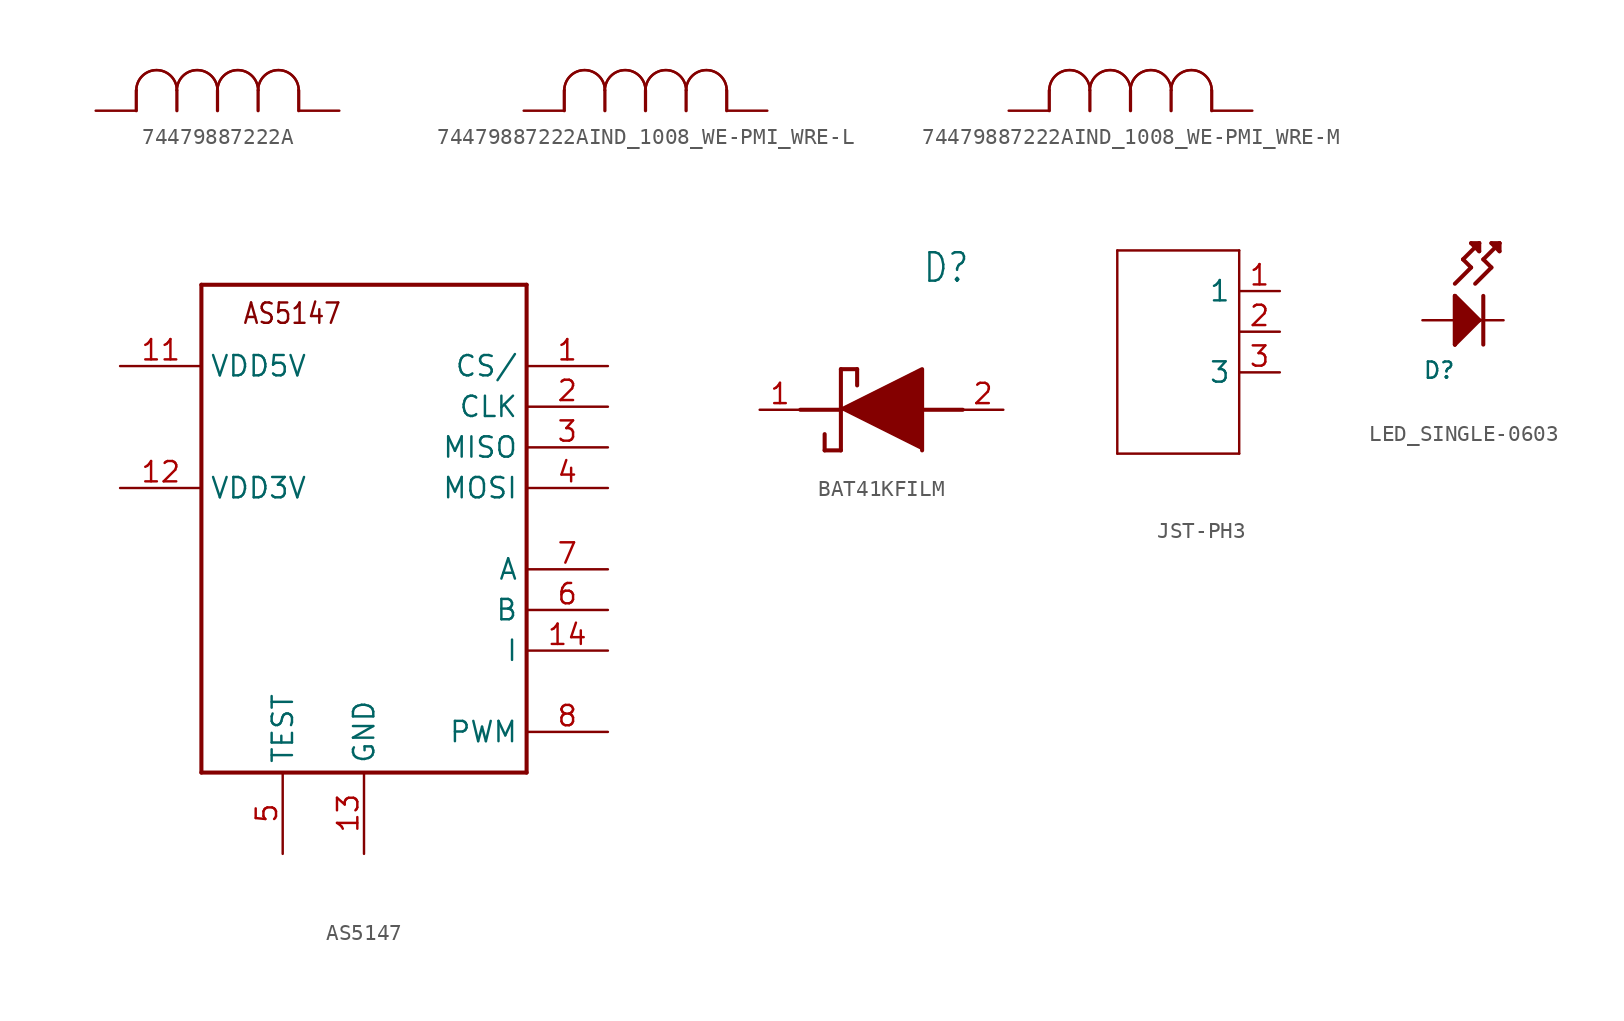
<source format=kicad_sym>
(kicad_symbol_lib
  (version 20231120)
  (generator "kicad_symbol_editor")
  (generator_version "8.0")
  (symbol "74479887222A"
    (property "Reference" "L"
      (at -0.914 3.353 0)
      (effects (font (size 3.48 2.958)) (justify left bottom) (hide yes)))
    (property "ki_locked" ""
      (at 0 0 0)
      (effects (font (size 1.27 1.27))))
    (symbol "74479887222A_1_0"
      (polyline (pts (xy 2.54 0) (xy 2.54 1.27)) (stroke (width 0.203) (type solid)) (fill (type none)))
      (polyline (pts (xy 5.08 0) (xy 5.08 1.27)) (stroke (width 0.203) (type solid)) (fill (type none)))
      (polyline (pts (xy 7.62 0) (xy 7.62 1.27)) (stroke (width 0.203) (type solid)) (fill (type none)))
      (polyline (pts (xy 10.16 0) (xy 10.16 1.27)) (stroke (width 0.203) (type solid)) (fill (type none)))
      (polyline (pts (xy 12.7 0) (xy 12.7 1.27)) (stroke (width 0.203) (type solid)) (fill (type none)))
      (arc (start 5.08 1.27) (mid 3.81 2.54) (end 2.54 1.27) (stroke (width 0.1524) (type solid)) (fill (type none)))
      (arc (start 5.08 1.27) (mid 3.81 2.54) (end 2.54 1.27) (stroke (width 0.1524) (type solid)) (fill (type none)))
      (arc (start 7.62 1.27) (mid 6.35 2.54) (end 5.08 1.27) (stroke (width 0.1524) (type solid)) (fill (type none)))
      (arc (start 7.62 1.27) (mid 6.35 2.54) (end 5.08 1.27) (stroke (width 0.1524) (type solid)) (fill (type none)))
      (arc (start 10.16 1.27) (mid 8.89 2.54) (end 7.62 1.27) (stroke (width 0.1524) (type solid)) (fill (type none)))
      (arc (start 10.16 1.27) (mid 8.89 2.54) (end 7.62 1.27) (stroke (width 0.1524) (type solid)) (fill (type none)))
      (arc (start 12.7 1.27) (mid 11.43 2.54) (end 10.16 1.27) (stroke (width 0.1524) (type solid)) (fill (type none)))
      (arc (start 12.7 1.27) (mid 11.43 2.54) (end 10.16 1.27) (stroke (width 0.1524) (type solid)) (fill (type none)))
      (pin passive line (at 15.24 0 180) (length 2.54) (name "1" (effects (font (size 0 0)))) (number "1" (effects (font (size 0 0)))))
      (pin passive line (at 0 0 0) (length 2.54) (name "2" (effects (font (size 0 0)))) (number "2" (effects (font (size 0 0)))))))
  (symbol "74479887222AIND_1008_WE-PMI_WRE-L"
    (property "Reference" "L"
      (at -0.914 3.353 0)
      (effects (font (size 3.48 2.958)) (justify left bottom) (hide yes)))
    (property "ki_locked" ""
      (at 0 0 0)
      (effects (font (size 1.27 1.27))))
    (symbol "74479887222AIND_1008_WE-PMI_WRE-L_1_0"
      (polyline (pts (xy 2.54 0) (xy 2.54 1.27)) (stroke (width 0.203) (type solid)) (fill (type none)))
      (polyline (pts (xy 5.08 0) (xy 5.08 1.27)) (stroke (width 0.203) (type solid)) (fill (type none)))
      (polyline (pts (xy 7.62 0) (xy 7.62 1.27)) (stroke (width 0.203) (type solid)) (fill (type none)))
      (polyline (pts (xy 10.16 0) (xy 10.16 1.27)) (stroke (width 0.203) (type solid)) (fill (type none)))
      (polyline (pts (xy 12.7 0) (xy 12.7 1.27)) (stroke (width 0.203) (type solid)) (fill (type none)))
      (arc (start 5.08 1.27) (mid 3.81 2.54) (end 2.54 1.27) (stroke (width 0.1524) (type solid)) (fill (type none)))
      (arc (start 5.08 1.27) (mid 3.81 2.54) (end 2.54 1.27) (stroke (width 0.1524) (type solid)) (fill (type none)))
      (arc (start 7.62 1.27) (mid 6.35 2.54) (end 5.08 1.27) (stroke (width 0.1524) (type solid)) (fill (type none)))
      (arc (start 7.62 1.27) (mid 6.35 2.54) (end 5.08 1.27) (stroke (width 0.1524) (type solid)) (fill (type none)))
      (arc (start 10.16 1.27) (mid 8.89 2.54) (end 7.62 1.27) (stroke (width 0.1524) (type solid)) (fill (type none)))
      (arc (start 10.16 1.27) (mid 8.89 2.54) (end 7.62 1.27) (stroke (width 0.1524) (type solid)) (fill (type none)))
      (arc (start 12.7 1.27) (mid 11.43 2.54) (end 10.16 1.27) (stroke (width 0.1524) (type solid)) (fill (type none)))
      (arc (start 12.7 1.27) (mid 11.43 2.54) (end 10.16 1.27) (stroke (width 0.1524) (type solid)) (fill (type none)))
      (pin passive line (at 15.24 0 180) (length 2.54) (name "1" (effects (font (size 0 0)))) (number "1" (effects (font (size 0 0)))))
      (pin passive line (at 0 0 0) (length 2.54) (name "2" (effects (font (size 0 0)))) (number "2" (effects (font (size 0 0)))))))
  (symbol "74479887222AIND_1008_WE-PMI_WRE-M"
    (property "Reference" "L"
      (at -0.914 3.353 0)
      (effects (font (size 3.48 2.958)) (justify left bottom) (hide yes)))
    (property "ki_locked" ""
      (at 0 0 0)
      (effects (font (size 1.27 1.27))))
    (symbol "74479887222AIND_1008_WE-PMI_WRE-M_1_0"
      (polyline (pts (xy 2.54 0) (xy 2.54 1.27)) (stroke (width 0.203) (type solid)) (fill (type none)))
      (polyline (pts (xy 5.08 0) (xy 5.08 1.27)) (stroke (width 0.203) (type solid)) (fill (type none)))
      (polyline (pts (xy 7.62 0) (xy 7.62 1.27)) (stroke (width 0.203) (type solid)) (fill (type none)))
      (polyline (pts (xy 10.16 0) (xy 10.16 1.27)) (stroke (width 0.203) (type solid)) (fill (type none)))
      (polyline (pts (xy 12.7 0) (xy 12.7 1.27)) (stroke (width 0.203) (type solid)) (fill (type none)))
      (arc (start 5.08 1.27) (mid 3.81 2.54) (end 2.54 1.27) (stroke (width 0.1524) (type solid)) (fill (type none)))
      (arc (start 5.08 1.27) (mid 3.81 2.54) (end 2.54 1.27) (stroke (width 0.1524) (type solid)) (fill (type none)))
      (arc (start 7.62 1.27) (mid 6.35 2.54) (end 5.08 1.27) (stroke (width 0.1524) (type solid)) (fill (type none)))
      (arc (start 7.62 1.27) (mid 6.35 2.54) (end 5.08 1.27) (stroke (width 0.1524) (type solid)) (fill (type none)))
      (arc (start 10.16 1.27) (mid 8.89 2.54) (end 7.62 1.27) (stroke (width 0.1524) (type solid)) (fill (type none)))
      (arc (start 10.16 1.27) (mid 8.89 2.54) (end 7.62 1.27) (stroke (width 0.1524) (type solid)) (fill (type none)))
      (arc (start 12.7 1.27) (mid 11.43 2.54) (end 10.16 1.27) (stroke (width 0.1524) (type solid)) (fill (type none)))
      (arc (start 12.7 1.27) (mid 11.43 2.54) (end 10.16 1.27) (stroke (width 0.1524) (type solid)) (fill (type none)))
      (pin passive line (at 15.24 0 180) (length 2.54) (name "1" (effects (font (size 0 0)))) (number "1" (effects (font (size 0 0)))))
      (pin passive line (at 0 0 0) (length 2.54) (name "2" (effects (font (size 0 0)))) (number "2" (effects (font (size 0 0)))))))
  (symbol "AS5147"
    (property "Reference" ""
      (at -10.16 17.78 0)
      (effects (font (size 1.27 1.079)) (justify left bottom) (hide yes)))
    (property "ki_locked" ""
      (at 0 0 0)
      (effects (font (size 1.27 1.27))))
    (symbol "AS5147_1_0"
      (polyline (pts (xy -10.16 -15.24) (xy -10.16 15.24)) (stroke (width 0.254) (type solid)) (fill (type none)))
      (polyline (pts (xy -10.16 15.24) (xy 10.16 15.24)) (stroke (width 0.254) (type solid)) (fill (type none)))
      (polyline (pts (xy 10.16 -15.24) (xy -10.16 -15.24)) (stroke (width 0.254) (type solid)) (fill (type none)))
      (polyline (pts (xy 10.16 15.24) (xy 10.16 -15.24)) (stroke (width 0.254) (type solid)) (fill (type none)))
      (text "AS5147" (at -7.62 12.7 0) (effects (font (size 1.27 1.079)) (justify left bottom)))
      (pin bidirectional line (at 15.24 10.16 180) (length 5.08) (name "CS/" (effects (font (size 1.27 1.27)))) (number "1" (effects (font (size 1.27 1.27)))))
      (pin bidirectional line (at -15.24 10.16 0) (length 5.08) (name "VDD5V" (effects (font (size 1.27 1.27)))) (number "11" (effects (font (size 1.27 1.27)))))
      (pin bidirectional line (at -15.24 2.54 0) (length 5.08) (name "VDD3V" (effects (font (size 1.27 1.27)))) (number "12" (effects (font (size 1.27 1.27)))))
      (pin bidirectional line (at 0 -20.32 90) (length 5.08) (name "GND" (effects (font (size 1.27 1.27)))) (number "13" (effects (font (size 1.27 1.27)))))
      (pin bidirectional line (at 15.24 -7.62 180) (length 5.08) (name "I" (effects (font (size 1.27 1.27)))) (number "14" (effects (font (size 1.27 1.27)))))
      (pin bidirectional line (at 15.24 7.62 180) (length 5.08) (name "CLK" (effects (font (size 1.27 1.27)))) (number "2" (effects (font (size 1.27 1.27)))))
      (pin bidirectional line (at 15.24 5.08 180) (length 5.08) (name "MISO" (effects (font (size 1.27 1.27)))) (number "3" (effects (font (size 1.27 1.27)))))
      (pin bidirectional line (at 15.24 2.54 180) (length 5.08) (name "MOSI" (effects (font (size 1.27 1.27)))) (number "4" (effects (font (size 1.27 1.27)))))
      (pin bidirectional line (at -5.08 -20.32 90) (length 5.08) (name "TEST" (effects (font (size 1.27 1.27)))) (number "5" (effects (font (size 1.27 1.27)))))
      (pin bidirectional line (at 15.24 -5.08 180) (length 5.08) (name "B" (effects (font (size 1.27 1.27)))) (number "6" (effects (font (size 1.27 1.27)))))
      (pin bidirectional line (at 15.24 -2.54 180) (length 5.08) (name "A" (effects (font (size 1.27 1.27)))) (number "7" (effects (font (size 1.27 1.27)))))
      (pin bidirectional line (at 15.24 -12.7 180) (length 5.08) (name "PWM" (effects (font (size 1.27 1.27)))) (number "8" (effects (font (size 1.27 1.27)))))))
  (symbol "BAT41KFILM"
    (property "Reference" "D"
      (at 12.7 8.89 0)
      (effects (font (size 1.778 1.511)) (justify left)))
    (property "Value" ""
      (at 12.7 6.35 0)
      (effects (font (size 1.778 1.511)) (justify left)))
    (property "ki_locked" ""
      (at 0 0 0)
      (effects (font (size 1.27 1.27))))
    (symbol "BAT41KFILM_1_0"
      (polyline (pts (xy 5.08 0) (xy 7.62 0)) (stroke (width 0.254) (type solid)) (fill (type none)))
      (polyline (pts (xy 6.604 -1.524) (xy 6.604 -2.54)) (stroke (width 0.254) (type solid)) (fill (type none)))
      (polyline (pts (xy 7.62 -2.54) (xy 6.604 -2.54)) (stroke (width 0.254) (type solid)) (fill (type none)))
      (polyline (pts (xy 7.62 2.54) (xy 7.62 -2.54)) (stroke (width 0.254) (type solid)) (fill (type none)))
      (polyline (pts (xy 7.62 2.54) (xy 8.636 2.54)) (stroke (width 0.254) (type solid)) (fill (type none)))
      (polyline (pts (xy 8.636 1.524) (xy 8.636 2.54)) (stroke (width 0.254) (type solid)) (fill (type none)))
      (polyline (pts (xy 12.7 0) (xy 15.24 0)) (stroke (width 0.254) (type solid)) (fill (type none)))
      (polyline (pts (xy 7.62 0) (xy 12.7 2.54) (xy 12.7 -2.54)) (stroke (width 0.254) (type solid)) (fill (type outline)))
      (pin bidirectional line (at 2.54 0 0) (length 2.54) (name "K" (effects (font (size 0 0)))) (number "1" (effects (font (size 1.27 1.27)))))
      (pin bidirectional line (at 17.78 0 180) (length 2.54) (name "A" (effects (font (size 0 0)))) (number "2" (effects (font (size 1.27 1.27)))))))
  (symbol "JST-PH3"
    (property "Reference" ""
      (at -5.08 5.842 0)
      (effects (font (size 1.778 1.511)) (justify left bottom) (hide yes)))
    (property "Value" ""
      (at -5.08 -9.906 0)
      (effects (font (size 1.778 1.511)) (justify left bottom)))
    (property "ki_locked" ""
      (at 0 0 0)
      (effects (font (size 1.27 1.27))))
    (symbol "JST-PH3_1_0"
      (polyline (pts (xy -5.08 -7.62) (xy 2.54 -7.62)) (stroke (width 0.152) (type solid)) (fill (type none)))
      (polyline (pts (xy -5.08 5.08) (xy -5.08 -7.62)) (stroke (width 0.152) (type solid)) (fill (type none)))
      (polyline (pts (xy 2.54 -7.62) (xy 2.54 5.08)) (stroke (width 0.152) (type solid)) (fill (type none)))
      (polyline (pts (xy 2.54 5.08) (xy -5.08 5.08)) (stroke (width 0.152) (type solid)) (fill (type none)))
      (pin passive line (at 5.08 2.54 180) (length 2.54) (name "1" (effects (font (size 1.27 1.27)))) (number "1" (effects (font (size 1.27 1.27)))))
      (pin passive line (at 5.08 0 180) (length 2.54) (name "2" (effects (font (size 0 0)))) (number "2" (effects (font (size 1.27 1.27)))))
      (pin passive line (at 5.08 -2.54 180) (length 2.54) (name "3" (effects (font (size 1.27 1.27)))) (number "3" (effects (font (size 1.27 1.27)))))))
  (symbol "LED_SINGLE-0603"
    (property "Reference" "D"
      (at -2.54 -2.54 0)
      (effects (font (size 1.016 1.016)) (justify left top)))
    (property "Value" ""
      (at -2.54 -5.08 0)
      (effects (font (size 1.016 1.016)) (justify left bottom)))
    (property "ki_locked" ""
      (at 0 0 0)
      (effects (font (size 1.27 1.27))))
    (symbol "LED_SINGLE-0603_1_0"
      (polyline (pts (xy -0.508 -1.524) (xy -0.508 1.524)) (stroke (width 0.254) (type solid)) (fill (type none)))
      (polyline (pts (xy -0.508 1.524) (xy 1.016 0)) (stroke (width 0.254) (type solid)) (fill (type none)))
      (polyline (pts (xy -0.508 2.286) (xy 0.508 3.302)) (stroke (width 0.254) (type solid)) (fill (type none)))
      (polyline (pts (xy 0 3.81) (xy 1.016 4.826)) (stroke (width 0.254) (type solid)) (fill (type none)))
      (polyline (pts (xy 0.508 3.302) (xy 0 3.81)) (stroke (width 0.254) (type solid)) (fill (type none)))
      (polyline (pts (xy 0.508 4.826) (xy 1.016 4.318)) (stroke (width 0.254) (type solid)) (fill (type none)))
      (polyline (pts (xy 0.762 2.286) (xy 1.778 3.302)) (stroke (width 0.254) (type solid)) (fill (type none)))
      (polyline (pts (xy 1.016 0) (xy -0.508 -1.524)) (stroke (width 0.254) (type solid)) (fill (type none)))
      (polyline (pts (xy 1.016 4.318) (xy 1.016 4.826)) (stroke (width 0.254) (type solid)) (fill (type none)))
      (polyline (pts (xy 1.016 4.826) (xy 0.508 4.826)) (stroke (width 0.254) (type solid)) (fill (type none)))
      (polyline (pts (xy 1.27 1.524) (xy 1.27 -1.524)) (stroke (width 0.254) (type solid)) (fill (type none)))
      (polyline (pts (xy 1.27 3.81) (xy 2.286 4.826)) (stroke (width 0.254) (type solid)) (fill (type none)))
      (polyline (pts (xy 1.778 3.302) (xy 1.27 3.81)) (stroke (width 0.254) (type solid)) (fill (type none)))
      (polyline (pts (xy 1.778 4.826) (xy 2.286 4.318)) (stroke (width 0.254) (type solid)) (fill (type none)))
      (polyline (pts (xy 2.286 4.318) (xy 2.286 4.826)) (stroke (width 0.254) (type solid)) (fill (type none)))
      (polyline (pts (xy 2.286 4.826) (xy 1.778 4.826)) (stroke (width 0.254) (type solid)) (fill (type none)))
      (polyline (pts (xy -0.508 -1.524) (xy -0.508 1.524) (xy 1.016 0)) (stroke (width 0.254) (type solid)) (fill (type outline)))
      (pin power_in line (at -2.54 0 0) (length 2.54) (name "ANODE" (effects (font (size 0 0)))) (number "ANODE" (effects (font (size 0 0)))))
      (pin power_in line (at 2.54 0 180) (length 2.54) (name "CATHODE" (effects (font (size 0 0)))) (number "CATHODE" (effects (font (size 0 0))))))))
</source>
